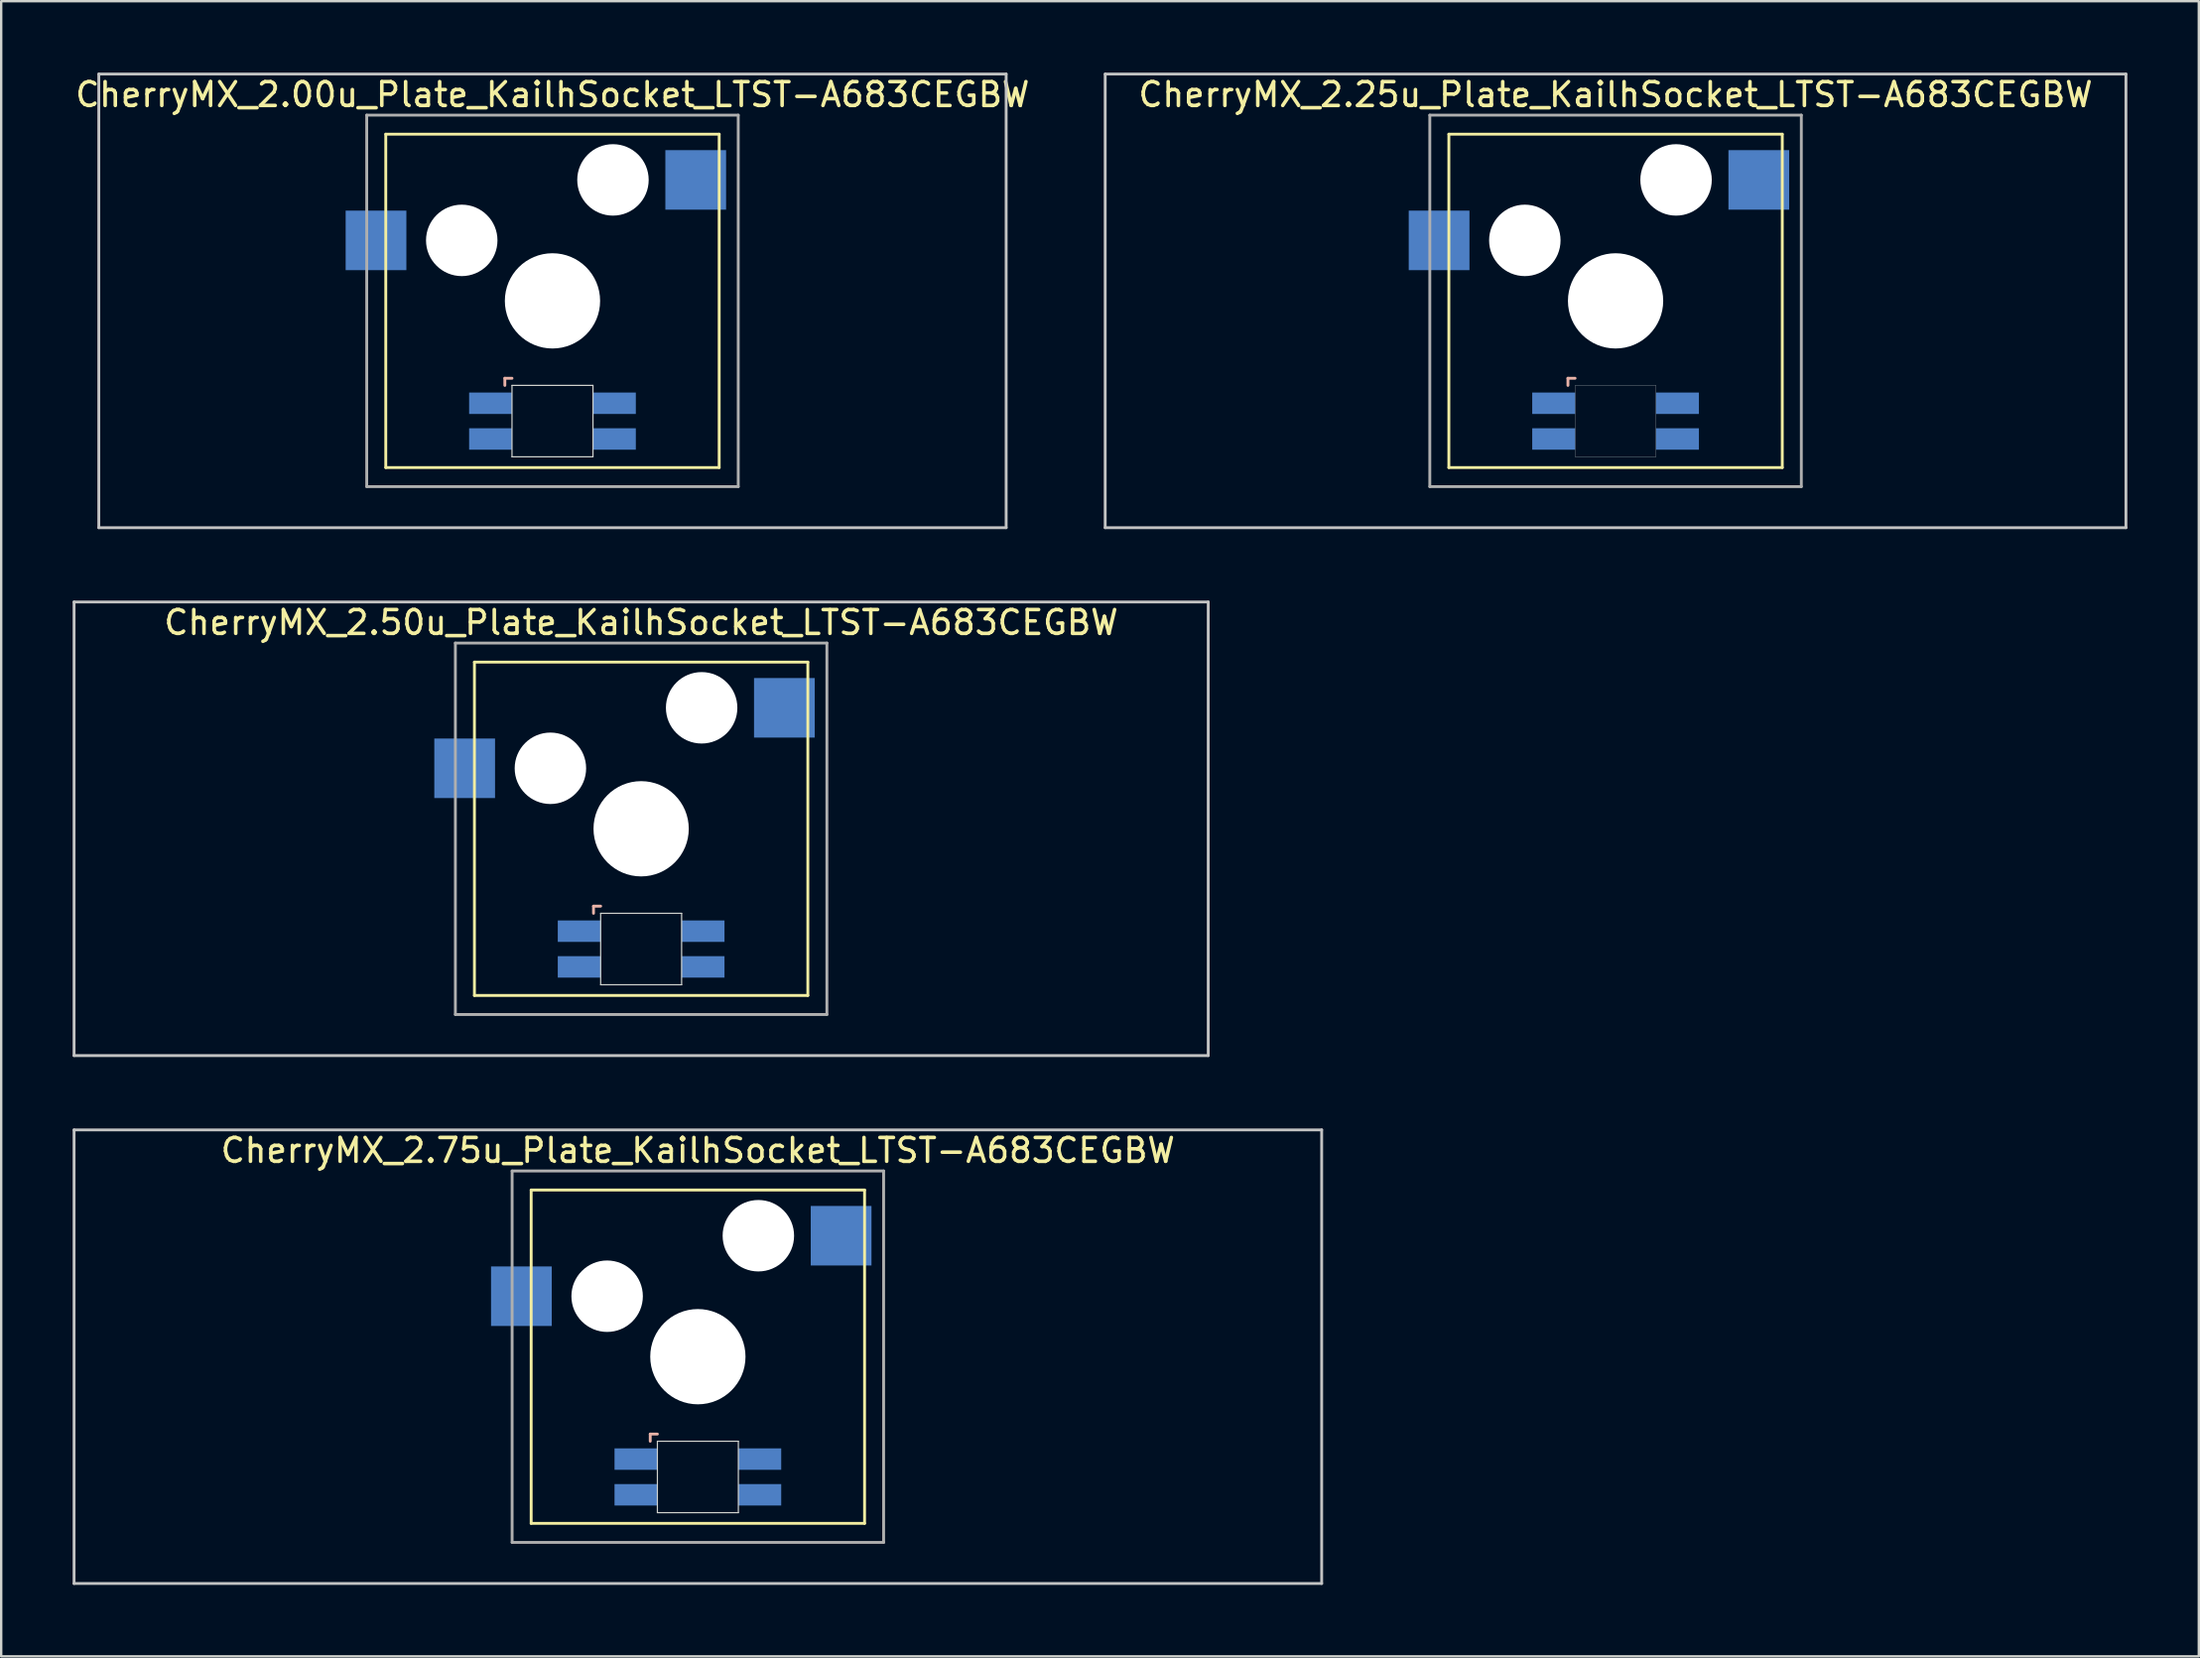
<source format=kicad_pcb>
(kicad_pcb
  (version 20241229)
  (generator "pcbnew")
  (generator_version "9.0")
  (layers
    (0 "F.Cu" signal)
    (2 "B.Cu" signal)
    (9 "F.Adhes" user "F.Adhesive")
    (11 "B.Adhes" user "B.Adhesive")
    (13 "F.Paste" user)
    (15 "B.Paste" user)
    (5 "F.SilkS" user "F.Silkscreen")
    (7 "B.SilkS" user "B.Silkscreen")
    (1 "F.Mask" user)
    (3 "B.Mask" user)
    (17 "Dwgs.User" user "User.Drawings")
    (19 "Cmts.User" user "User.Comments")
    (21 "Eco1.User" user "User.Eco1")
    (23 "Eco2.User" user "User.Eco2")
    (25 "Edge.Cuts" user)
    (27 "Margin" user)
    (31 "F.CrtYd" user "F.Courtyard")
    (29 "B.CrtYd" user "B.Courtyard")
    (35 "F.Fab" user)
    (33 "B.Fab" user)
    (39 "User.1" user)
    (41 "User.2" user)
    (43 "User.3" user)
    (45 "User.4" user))
  (footprint "CherryMX_2.00u_Plate_KailhSocket_LTST-A683CEGBW"
    (layer "F.Cu")
    (at 20.149 9.585)
    (property "Reference" "CherryMX_2.00u_Plate_KailhSocket_LTST-A683CEGBW" (at 0 -8.662 0) (layer "F.SilkS") (effects (font (size 1 1) (thickness 0.15))))
    (attr through_hole)
    (fp_line (start -7 -7) (end -7 7) (stroke (width 0.12) (type solid)) (layer "F.SilkS"))
    (fp_line (start -7 -7) (end 7 -7) (stroke (width 0.12) (type solid)) (layer "F.SilkS"))
    (fp_line (start 7 -7) (end 7 7) (stroke (width 0.12) (type solid)) (layer "F.SilkS"))
    (fp_line (start 7 7) (end -7 7) (stroke (width 0.12) (type solid)) (layer "F.SilkS"))
    (fp_line (start -2 3.25) (end -2 3.55) (stroke (width 0.12) (type solid)) (layer "B.SilkS"))
    (fp_line (start -1.7 3.25) (end -2 3.25) (stroke (width 0.12) (type solid)) (layer "B.SilkS"))
    (fp_line (start -19.05 -9.525) (end 19.05 -9.525) (stroke (width 0.12) (type solid)) (layer "Dwgs.User"))
    (fp_line (start -19.05 9.525) (end -19.05 -9.525) (stroke (width 0.12) (type solid)) (layer "Dwgs.User"))
    (fp_line (start 19.05 -9.525) (end 19.05 9.525) (stroke (width 0.12) (type solid)) (layer "Dwgs.User"))
    (fp_line (start 19.05 9.525) (end -19.05 9.525) (stroke (width 0.12) (type solid)) (layer "Dwgs.User"))
    (fp_line (start -1.7 3.55) (end 1.7 3.55) (stroke (width 0.05) (type solid)) (layer "Edge.Cuts"))
    (fp_line (start -1.7 6.55) (end -1.7 3.55) (stroke (width 0.05) (type solid)) (layer "Edge.Cuts"))
    (fp_line (start 1.7 3.55) (end 1.7 6.55) (stroke (width 0.05) (type solid)) (layer "Edge.Cuts"))
    (fp_line (start 1.7 6.55) (end -1.7 6.55) (stroke (width 0.05) (type solid)) (layer "Edge.Cuts"))
    (fp_line (start -7.8 -7.8) (end -7.8 7.8) (stroke (width 0.12) (type solid)) (layer "F.Fab"))
    (fp_line (start -7.8 -7.8) (end 7.8 -7.8) (stroke (width 0.12) (type solid)) (layer "F.Fab"))
    (fp_line (start -7.8 7.8) (end 7.8 7.8) (stroke (width 0.12) (type solid)) (layer "F.Fab"))
    (fp_line (start 7.8 -7.8) (end 7.8 7.8) (stroke (width 0.12) (type solid)) (layer "F.Fab"))
    (pad "" np_thru_hole circle (at -3.81 -2.54) (size 3 3) (drill 3) (layers "*.Cu" "*.Mask"))
    (pad "" np_thru_hole circle (at 0 0) (size 4 4) (drill 4) (layers "*.Cu" "*.Mask"))
    (pad "" np_thru_hole circle (at 2.54 -5.08) (size 3 3) (drill 3) (layers "*.Cu" "*.Mask"))
    (pad "1" smd rect (at -7.41 -2.54) (size 2.55 2.5) (layers "B.Cu" "B.Mask" "B.Paste"))
    (pad "2" smd rect (at 6.015 -5.08) (size 2.55 2.5) (layers "B.Cu" "B.Mask" "B.Paste"))
    (pad "3" smd rect (at -2.6 4.3) (size 1.8 0.9) (layers "B.Cu" "B.Mask" "B.Paste"))
    (pad "4" smd rect (at -2.6 5.8) (size 1.8 0.9) (layers "B.Cu" "B.Mask" "B.Paste"))
    (pad "5" smd rect (at 2.6 4.3) (size 1.8 0.9) (layers "B.Cu" "B.Mask" "B.Paste"))
    (pad "6" smd rect (at 2.6 5.8) (size 1.8 0.9) (layers "B.Cu" "B.Mask" "B.Paste")))
  (footprint "CherryMX_2.25u_Plate_KailhSocket_LTST-A683CEGBW"
    (layer "F.Cu")
    (at 64.789 9.585)
    (property "Reference" "CherryMX_2.25u_Plate_KailhSocket_LTST-A683CEGBW" (at 0 -8.662 0) (layer "F.SilkS") (effects (font (size 1 1) (thickness 0.15))))
    (attr through_hole)
    (fp_line (start -7 -7) (end -7 7) (stroke (width 0.12) (type solid)) (layer "F.SilkS"))
    (fp_line (start -7 -7) (end 7 -7) (stroke (width 0.12) (type solid)) (layer "F.SilkS"))
    (fp_line (start 7 -7) (end 7 7) (stroke (width 0.12) (type solid)) (layer "F.SilkS"))
    (fp_line (start 7 7) (end -7 7) (stroke (width 0.12) (type solid)) (layer "F.SilkS"))
    (fp_line (start -2 3.25) (end -2 3.55) (stroke (width 0.12) (type solid)) (layer "B.SilkS"))
    (fp_line (start -1.7 3.25) (end -2 3.25) (stroke (width 0.12) (type solid)) (layer "B.SilkS"))
    (fp_line (start -21.431 -9.525) (end 21.431 -9.525) (stroke (width 0.12) (type solid)) (layer "Dwgs.User"))
    (fp_line (start -21.431 9.525) (end -21.431 -9.525) (stroke (width 0.12) (type solid)) (layer "Dwgs.User"))
    (fp_line (start 21.431 -9.525) (end 21.431 9.525) (stroke (width 0.12) (type solid)) (layer "Dwgs.User"))
    (fp_line (start 21.431 9.525) (end -21.431 9.525) (stroke (width 0.12) (type solid)) (layer "Dwgs.User"))
    (fp_poly (pts (xy 1.7 6.55) (xy -1.7 6.55) (xy -1.7 3.55) (xy 1.7 3.55)) (stroke (width 0.01) (type solid)) (fill no) (layer "Edge.Cuts"))
    (fp_line (start -7.8 -7.8) (end -7.8 7.8) (stroke (width 0.12) (type solid)) (layer "F.Fab"))
    (fp_line (start -7.8 -7.8) (end 7.8 -7.8) (stroke (width 0.12) (type solid)) (layer "F.Fab"))
    (fp_line (start -7.8 7.8) (end 7.8 7.8) (stroke (width 0.12) (type solid)) (layer "F.Fab"))
    (fp_line (start 7.8 -7.8) (end 7.8 7.8) (stroke (width 0.12) (type solid)) (layer "F.Fab"))
    (pad "" np_thru_hole circle (at -3.81 -2.54) (size 3 3) (drill 3) (layers "*.Cu" "*.Mask"))
    (pad "" np_thru_hole circle (at 0 0) (size 4 4) (drill 4) (layers "*.Cu" "*.Mask"))
    (pad "" np_thru_hole circle (at 2.54 -5.08) (size 3 3) (drill 3) (layers "*.Cu" "*.Mask"))
    (pad "1" smd rect (at -7.41 -2.54) (size 2.55 2.5) (layers "B.Cu" "B.Mask" "B.Paste"))
    (pad "2" smd rect (at 6.015 -5.08) (size 2.55 2.5) (layers "B.Cu" "B.Mask" "B.Paste"))
    (pad "3" smd rect (at -2.6 4.3) (size 1.8 0.9) (layers "B.Cu" "B.Mask" "B.Paste"))
    (pad "4" smd rect (at -2.6 5.8) (size 1.8 0.9) (layers "B.Cu" "B.Mask" "B.Paste"))
    (pad "5" smd rect (at 2.6 4.3) (size 1.8 0.9) (layers "B.Cu" "B.Mask" "B.Paste"))
    (pad "6" smd rect (at 2.6 5.8) (size 1.8 0.9) (layers "B.Cu" "B.Mask" "B.Paste")))
  (footprint "CherryMX_2.75u_Plate_KailhSocket_LTST-A683CEGBW"
    (layer "F.Cu")
    (at 26.254 53.925)
    (property "Reference" "CherryMX_2.75u_Plate_KailhSocket_LTST-A683CEGBW" (at 0 -8.662 0) (layer "F.SilkS") (effects (font (size 1 1) (thickness 0.15))))
    (attr through_hole)
    (fp_line (start -7 -7) (end -7 7) (stroke (width 0.12) (type solid)) (layer "F.SilkS"))
    (fp_line (start -7 -7) (end 7 -7) (stroke (width 0.12) (type solid)) (layer "F.SilkS"))
    (fp_line (start 7 -7) (end 7 7) (stroke (width 0.12) (type solid)) (layer "F.SilkS"))
    (fp_line (start 7 7) (end -7 7) (stroke (width 0.12) (type solid)) (layer "F.SilkS"))
    (fp_line (start -2 3.25) (end -2 3.55) (stroke (width 0.12) (type solid)) (layer "B.SilkS"))
    (fp_line (start -1.7 3.25) (end -2 3.25) (stroke (width 0.12) (type solid)) (layer "B.SilkS"))
    (fp_line (start -26.194 -9.525) (end 26.194 -9.525) (stroke (width 0.12) (type solid)) (layer "Dwgs.User"))
    (fp_line (start -26.194 9.525) (end -26.194 -9.525) (stroke (width 0.12) (type solid)) (layer "Dwgs.User"))
    (fp_line (start 26.194 -9.525) (end 26.194 9.525) (stroke (width 0.12) (type solid)) (layer "Dwgs.User"))
    (fp_line (start 26.194 9.525) (end -26.194 9.525) (stroke (width 0.12) (type solid)) (layer "Dwgs.User"))
    (fp_line (start -1.7 3.55) (end 1.7 3.55) (stroke (width 0.05) (type solid)) (layer "Edge.Cuts"))
    (fp_line (start -1.7 6.55) (end -1.7 3.55) (stroke (width 0.05) (type solid)) (layer "Edge.Cuts"))
    (fp_line (start 1.7 3.55) (end 1.7 6.55) (stroke (width 0.05) (type solid)) (layer "Edge.Cuts"))
    (fp_line (start 1.7 6.55) (end -1.7 6.55) (stroke (width 0.05) (type solid)) (layer "Edge.Cuts"))
    (fp_line (start -7.8 -7.8) (end -7.8 7.8) (stroke (width 0.12) (type solid)) (layer "F.Fab"))
    (fp_line (start -7.8 -7.8) (end 7.8 -7.8) (stroke (width 0.12) (type solid)) (layer "F.Fab"))
    (fp_line (start -7.8 7.8) (end 7.8 7.8) (stroke (width 0.12) (type solid)) (layer "F.Fab"))
    (fp_line (start 7.8 -7.8) (end 7.8 7.8) (stroke (width 0.12) (type solid)) (layer "F.Fab"))
    (pad "" np_thru_hole circle (at -3.81 -2.54) (size 3 3) (drill 3) (layers "*.Cu" "*.Mask"))
    (pad "" np_thru_hole circle (at 0 0) (size 4 4) (drill 4) (layers "*.Cu" "*.Mask"))
    (pad "" np_thru_hole circle (at 2.54 -5.08) (size 3 3) (drill 3) (layers "*.Cu" "*.Mask"))
    (pad "1" smd rect (at -7.41 -2.54) (size 2.55 2.5) (layers "B.Cu" "B.Mask" "B.Paste"))
    (pad "2" smd rect (at 6.015 -5.08) (size 2.55 2.5) (layers "B.Cu" "B.Mask" "B.Paste"))
    (pad "3" smd rect (at -2.6 4.3) (size 1.8 0.9) (layers "B.Cu" "B.Mask" "B.Paste"))
    (pad "4" smd rect (at -2.6 5.8) (size 1.8 0.9) (layers "B.Cu" "B.Mask" "B.Paste"))
    (pad "5" smd rect (at 2.6 4.3) (size 1.8 0.9) (layers "B.Cu" "B.Mask" "B.Paste"))
    (pad "6" smd rect (at 2.6 5.8) (size 1.8 0.9) (layers "B.Cu" "B.Mask" "B.Paste")))
  (footprint "CherryMX_2.50u_Plate_KailhSocket_LTST-A683CEGBW"
    (layer "F.Cu")
    (at 23.872 31.755)
    (property "Reference" "CherryMX_2.50u_Plate_KailhSocket_LTST-A683CEGBW" (at 0 -8.662 0) (layer "F.SilkS") (effects (font (size 1 1) (thickness 0.15))))
    (attr through_hole)
    (fp_line (start -7 -7) (end -7 7) (stroke (width 0.12) (type solid)) (layer "F.SilkS"))
    (fp_line (start -7 -7) (end 7 -7) (stroke (width 0.12) (type solid)) (layer "F.SilkS"))
    (fp_line (start 7 -7) (end 7 7) (stroke (width 0.12) (type solid)) (layer "F.SilkS"))
    (fp_line (start 7 7) (end -7 7) (stroke (width 0.12) (type solid)) (layer "F.SilkS"))
    (fp_line (start -2 3.25) (end -2 3.55) (stroke (width 0.12) (type solid)) (layer "B.SilkS"))
    (fp_line (start -1.7 3.25) (end -2 3.25) (stroke (width 0.12) (type solid)) (layer "B.SilkS"))
    (fp_line (start -23.812 -9.525) (end 23.812 -9.525) (stroke (width 0.12) (type solid)) (layer "Dwgs.User"))
    (fp_line (start -23.812 9.525) (end -23.812 -9.525) (stroke (width 0.12) (type solid)) (layer "Dwgs.User"))
    (fp_line (start 23.812 -9.525) (end 23.812 9.525) (stroke (width 0.12) (type solid)) (layer "Dwgs.User"))
    (fp_line (start 23.812 9.525) (end -23.812 9.525) (stroke (width 0.12) (type solid)) (layer "Dwgs.User"))
    (fp_line (start -1.7 3.55) (end 1.7 3.55) (stroke (width 0.05) (type solid)) (layer "Edge.Cuts"))
    (fp_line (start -1.7 6.55) (end -1.7 3.55) (stroke (width 0.05) (type solid)) (layer "Edge.Cuts"))
    (fp_line (start 1.7 3.55) (end 1.7 6.55) (stroke (width 0.05) (type solid)) (layer "Edge.Cuts"))
    (fp_line (start 1.7 6.55) (end -1.7 6.55) (stroke (width 0.05) (type solid)) (layer "Edge.Cuts"))
    (fp_line (start -7.8 -7.8) (end -7.8 7.8) (stroke (width 0.12) (type solid)) (layer "F.Fab"))
    (fp_line (start -7.8 -7.8) (end 7.8 -7.8) (stroke (width 0.12) (type solid)) (layer "F.Fab"))
    (fp_line (start -7.8 7.8) (end 7.8 7.8) (stroke (width 0.12) (type solid)) (layer "F.Fab"))
    (fp_line (start 7.8 -7.8) (end 7.8 7.8) (stroke (width 0.12) (type solid)) (layer "F.Fab"))
    (pad "" np_thru_hole circle (at -3.81 -2.54) (size 3 3) (drill 3) (layers "*.Cu" "*.Mask"))
    (pad "" np_thru_hole circle (at 0 0) (size 4 4) (drill 4) (layers "*.Cu" "*.Mask"))
    (pad "" np_thru_hole circle (at 2.54 -5.08) (size 3 3) (drill 3) (layers "*.Cu" "*.Mask"))
    (pad "1" smd rect (at -7.41 -2.54) (size 2.55 2.5) (layers "B.Cu" "B.Mask" "B.Paste"))
    (pad "2" smd rect (at 6.015 -5.08) (size 2.55 2.5) (layers "B.Cu" "B.Mask" "B.Paste"))
    (pad "3" smd rect (at -2.6 4.3) (size 1.8 0.9) (layers "B.Cu" "B.Mask" "B.Paste"))
    (pad "4" smd rect (at -2.6 5.8) (size 1.8 0.9) (layers "B.Cu" "B.Mask" "B.Paste"))
    (pad "5" smd rect (at 2.6 4.3) (size 1.8 0.9) (layers "B.Cu" "B.Mask" "B.Paste"))
    (pad "6" smd rect (at 2.6 5.8) (size 1.8 0.9) (layers "B.Cu" "B.Mask" "B.Paste")))
  (gr_rect
    (start -3 -3)
    (end 89.28 66.51)
    (stroke (width 0.1) (type default))
    (fill no)
    (layer "Edge.Cuts")))
</source>
